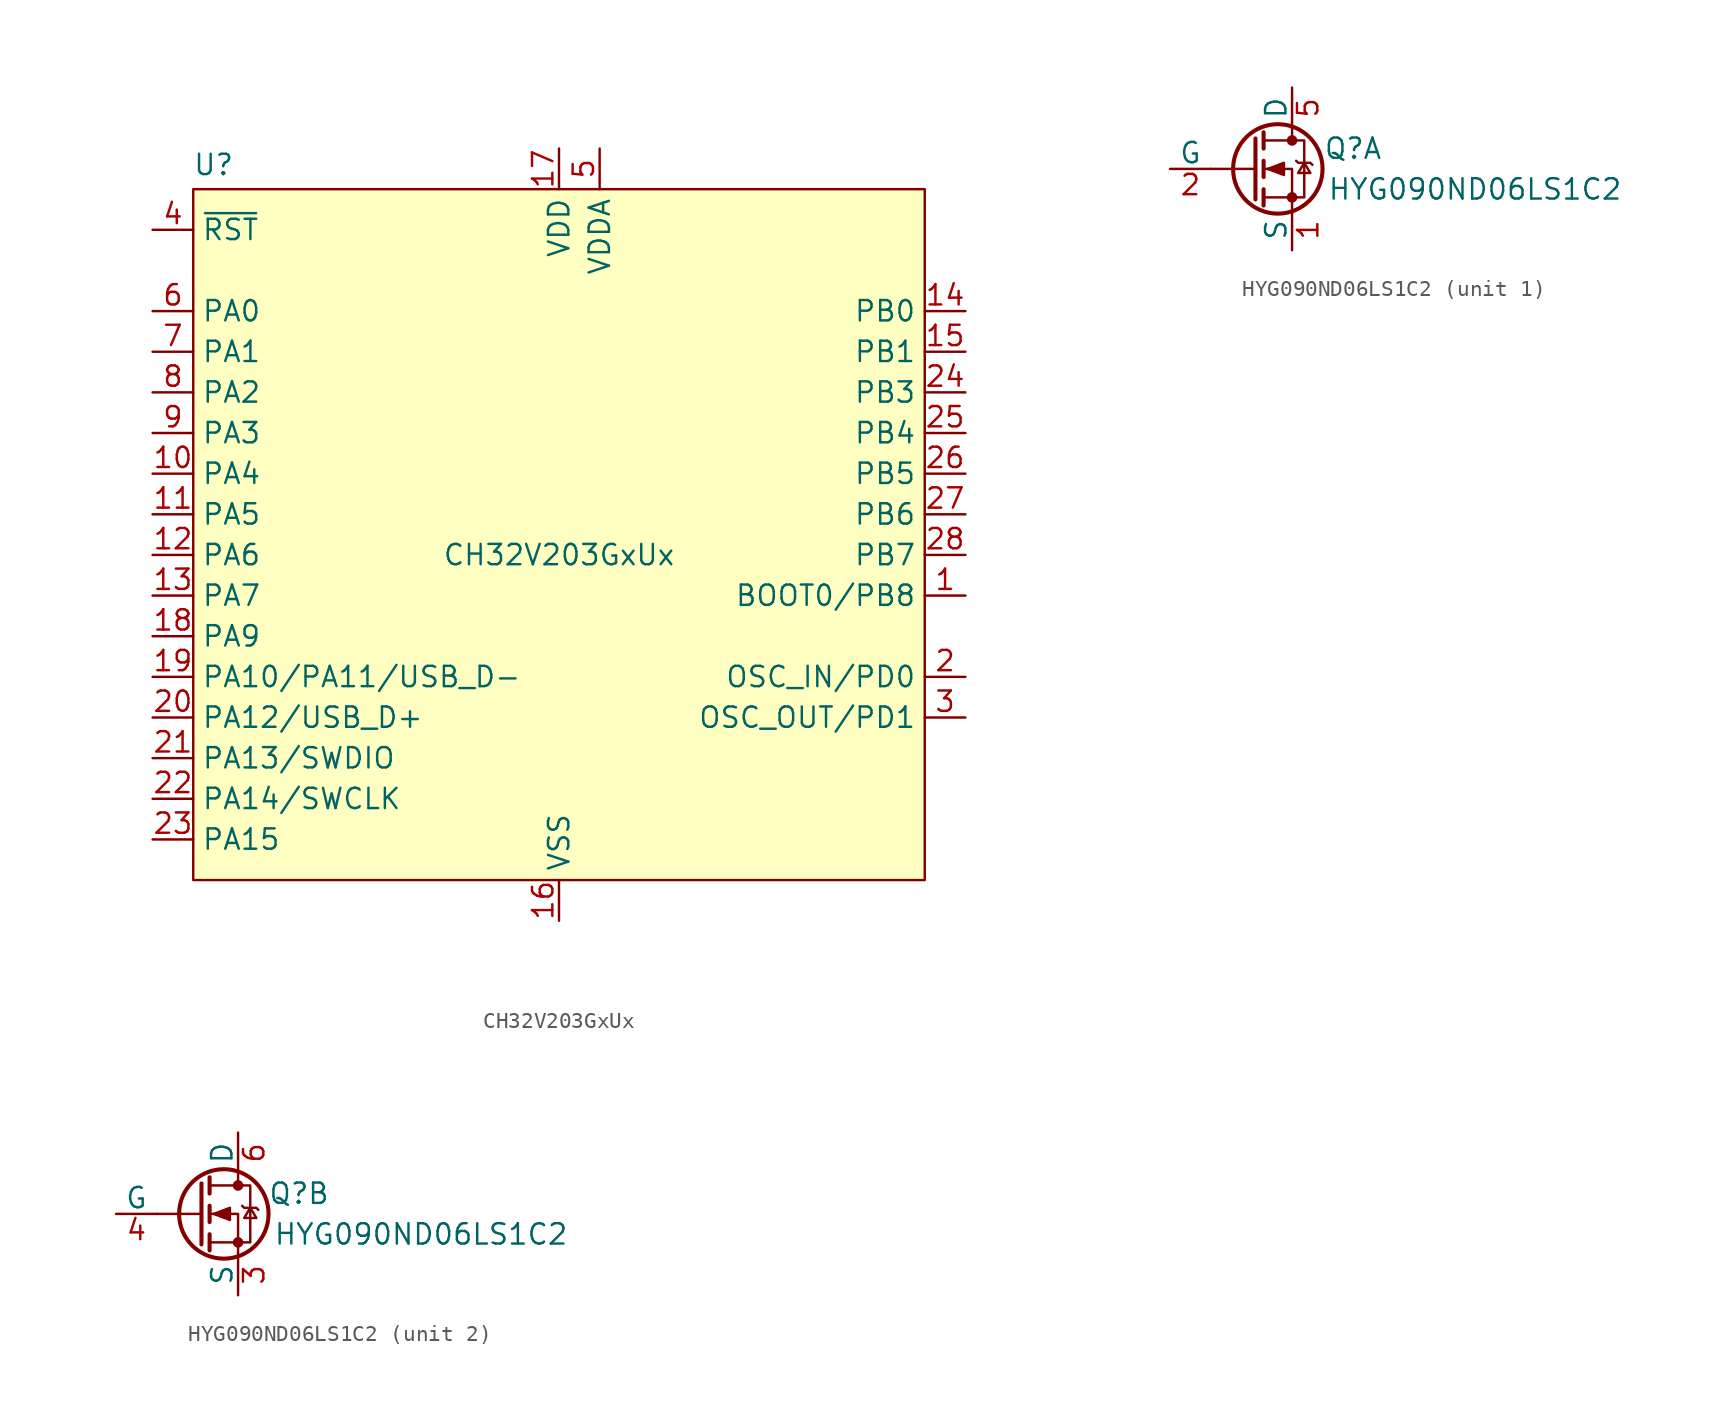
<source format=kicad_sym>
(kicad_symbol_lib
  (version 20231120)
  (generator "kicad_symbol_editor")
  (generator_version "8.0")
  (symbol "CH32V203GxUx"
    (property "Reference" "U"
      (at -21.59 24.384 0)
      (effects (font (size 1.27 1.27))))
    (property "Value" "CH32V203GxUx"
      (at 0 0 0)
      (effects (font (size 1.27 1.27))))
    (symbol "CH32V203GxUx_1_1"
      (rectangle (start -22.86 22.86) (end 22.86 -20.32) (stroke (width 0) (type default)) (fill (type background)))
      (pin bidirectional line (at 25.4 -2.54 180) (length 2.54) (name "BOOT0/PB8" (effects (font (size 1.27 1.27)))) (number "1" (effects (font (size 1.27 1.27)))))
      (pin bidirectional line (at -25.4 5.08 0) (length 2.54) (name "PA4" (effects (font (size 1.27 1.27)))) (number "10" (effects (font (size 1.27 1.27)))))
      (pin bidirectional line (at -25.4 2.54 0) (length 2.54) (name "PA5" (effects (font (size 1.27 1.27)))) (number "11" (effects (font (size 1.27 1.27)))))
      (pin bidirectional line (at -25.4 0 0) (length 2.54) (name "PA6" (effects (font (size 1.27 1.27)))) (number "12" (effects (font (size 1.27 1.27)))))
      (pin bidirectional line (at -25.4 -2.54 0) (length 2.54) (name "PA7" (effects (font (size 1.27 1.27)))) (number "13" (effects (font (size 1.27 1.27)))))
      (pin bidirectional line (at 25.4 15.24 180) (length 2.54) (name "PB0" (effects (font (size 1.27 1.27)))) (number "14" (effects (font (size 1.27 1.27)))))
      (pin bidirectional line (at 25.4 12.7 180) (length 2.54) (name "PB1" (effects (font (size 1.27 1.27)))) (number "15" (effects (font (size 1.27 1.27)))))
      (pin power_in line (at 0 -22.86 90) (length 2.54) (name "VSS" (effects (font (size 1.27 1.27)))) (number "16" (effects (font (size 1.27 1.27)))))
      (pin power_in line (at 0 25.4 270) (length 2.54) (name "VDD" (effects (font (size 1.27 1.27)))) (number "17" (effects (font (size 1.27 1.27)))))
      (pin bidirectional line (at -25.4 -5.08 0) (length 2.54) (name "PA9" (effects (font (size 1.27 1.27)))) (number "18" (effects (font (size 1.27 1.27)))))
      (pin bidirectional line (at -25.4 -7.62 0) (length 2.54) (name "PA10/PA11/USB_D-" (effects (font (size 1.27 1.27)))) (number "19" (effects (font (size 1.27 1.27)))))
      (pin bidirectional line (at 25.4 -7.62 180) (length 2.54) (name "OSC_IN/PD0" (effects (font (size 1.27 1.27)))) (number "2" (effects (font (size 1.27 1.27)))))
      (pin bidirectional line (at -25.4 -10.16 0) (length 2.54) (name "PA12/USB_D+" (effects (font (size 1.27 1.27)))) (number "20" (effects (font (size 1.27 1.27)))))
      (pin bidirectional line (at -25.4 -12.7 0) (length 2.54) (name "PA13/SWDIO" (effects (font (size 1.27 1.27)))) (number "21" (effects (font (size 1.27 1.27)))))
      (pin bidirectional line (at -25.4 -15.24 0) (length 2.54) (name "PA14/SWCLK" (effects (font (size 1.27 1.27)))) (number "22" (effects (font (size 1.27 1.27)))))
      (pin bidirectional line (at -25.4 -17.78 0) (length 2.54) (name "PA15" (effects (font (size 1.27 1.27)))) (number "23" (effects (font (size 1.27 1.27)))))
      (pin bidirectional line (at 25.4 10.16 180) (length 2.54) (name "PB3" (effects (font (size 1.27 1.27)))) (number "24" (effects (font (size 1.27 1.27)))))
      (pin bidirectional line (at 25.4 7.62 180) (length 2.54) (name "PB4" (effects (font (size 1.27 1.27)))) (number "25" (effects (font (size 1.27 1.27)))))
      (pin bidirectional line (at 25.4 5.08 180) (length 2.54) (name "PB5" (effects (font (size 1.27 1.27)))) (number "26" (effects (font (size 1.27 1.27)))))
      (pin bidirectional line (at 25.4 2.54 180) (length 2.54) (name "PB6" (effects (font (size 1.27 1.27)))) (number "27" (effects (font (size 1.27 1.27)))))
      (pin bidirectional line (at 25.4 0 180) (length 2.54) (name "PB7" (effects (font (size 1.27 1.27)))) (number "28" (effects (font (size 1.27 1.27)))))
      (pin passive line (at 0 -22.86 90) (length 2.54) hide (name "VSS" (effects (font (size 1.27 1.27)))) (number "29" (effects (font (size 1.27 1.27)))))
      (pin bidirectional line (at 25.4 -10.16 180) (length 2.54) (name "OSC_OUT/PD1" (effects (font (size 1.27 1.27)))) (number "3" (effects (font (size 1.27 1.27)))))
      (pin input line (at -25.4 20.32 0) (length 2.54) (name "~{RST}" (effects (font (size 1.27 1.27)))) (number "4" (effects (font (size 1.27 1.27)))))
      (pin power_in line (at 2.54 25.4 270) (length 2.54) (name "VDDA" (effects (font (size 1.27 1.27)))) (number "5" (effects (font (size 1.27 1.27)))))
      (pin bidirectional line (at -25.4 15.24 0) (length 2.54) (name "PA0" (effects (font (size 1.27 1.27)))) (number "6" (effects (font (size 1.27 1.27)))))
      (pin bidirectional line (at -25.4 12.7 0) (length 2.54) (name "PA1" (effects (font (size 1.27 1.27)))) (number "7" (effects (font (size 1.27 1.27)))))
      (pin bidirectional line (at -25.4 10.16 0) (length 2.54) (name "PA2" (effects (font (size 1.27 1.27)))) (number "8" (effects (font (size 1.27 1.27)))))
      (pin bidirectional line (at -25.4 7.62 0) (length 2.54) (name "PA3" (effects (font (size 1.27 1.27)))) (number "9" (effects (font (size 1.27 1.27)))))))
  (symbol "HYG090ND06LS1C2"
    (pin_names
      (offset 0))
    (property "Reference" "Q"
      (at 3.81 1.27 0)
      (effects (font (size 1.27 1.27))))
    (property "Value" "HYG090ND06LS1C2"
      (at 11.43 -1.27 0)
      (effects (font (size 1.27 1.27))))
    (symbol "HYG090ND06LS1C2_0_1"
      (circle (center -0.889 0) (radius 2.794) (stroke (width 0.254) (type default)) (fill (type none)))
      (circle (center 0 -1.778) (radius 0.254) (stroke (width 0) (type default)) (fill (type outline)))
      (polyline (pts (xy -2.286 0) (xy -5.08 0)) (stroke (width 0) (type default)) (fill (type none)))
      (polyline (pts (xy -2.286 1.905) (xy -2.286 -1.905)) (stroke (width 0.254) (type default)) (fill (type none)))
      (polyline (pts (xy -1.778 -1.27) (xy -1.778 -2.286)) (stroke (width 0.254) (type default)) (fill (type none)))
      (polyline (pts (xy -1.778 0.508) (xy -1.778 -0.508)) (stroke (width 0.254) (type default)) (fill (type none)))
      (polyline (pts (xy -1.778 2.286) (xy -1.778 1.27)) (stroke (width 0.254) (type default)) (fill (type none)))
      (polyline (pts (xy 0 2.54) (xy 0 1.778)) (stroke (width 0) (type default)) (fill (type none)))
      (polyline (pts (xy 0 -2.54) (xy 0 0) (xy -1.778 0)) (stroke (width 0) (type default)) (fill (type none)))
      (polyline (pts (xy -1.778 -1.778) (xy 0.762 -1.778) (xy 0.762 1.778) (xy -1.778 1.778)) (stroke (width 0) (type default)) (fill (type none)))
      (polyline (pts (xy -1.524 0) (xy -0.508 0.381) (xy -0.508 -0.381) (xy -1.524 0)) (stroke (width 0) (type default)) (fill (type outline)))
      (polyline (pts (xy 0.254 0.508) (xy 0.381 0.381) (xy 1.143 0.381) (xy 1.27 0.254)) (stroke (width 0) (type default)) (fill (type none)))
      (polyline (pts (xy 0.762 0.381) (xy 0.381 -0.254) (xy 1.143 -0.254) (xy 0.762 0.381)) (stroke (width 0) (type default)) (fill (type none)))
      (circle (center 0 1.778) (radius 0.254) (stroke (width 0) (type default)) (fill (type outline))))
    (symbol "HYG090ND06LS1C2_1_1"
      (pin passive line (at 0 -5.08 90) (length 2.54) (name "S" (effects (font (size 1.27 1.27)))) (number "1" (effects (font (size 1.27 1.27)))))
      (pin input line (at -7.62 0 0) (length 2.54) (name "G" (effects (font (size 1.27 1.27)))) (number "2" (effects (font (size 1.27 1.27)))))
      (pin passive line (at 0 5.08 270) (length 2.54) (name "D" (effects (font (size 1.27 1.27)))) (number "5" (effects (font (size 1.27 1.27))))))
    (symbol "HYG090ND06LS1C2_2_1"
      (pin passive line (at 0 -5.08 90) (length 2.54) (name "S" (effects (font (size 1.27 1.27)))) (number "3" (effects (font (size 1.27 1.27)))))
      (pin input line (at -7.62 0 0) (length 2.54) (name "G" (effects (font (size 1.27 1.27)))) (number "4" (effects (font (size 1.27 1.27)))))
      (pin passive line (at 0 5.08 270) (length 2.54) (name "D" (effects (font (size 1.27 1.27)))) (number "6" (effects (font (size 1.27 1.27))))))))
</source>
